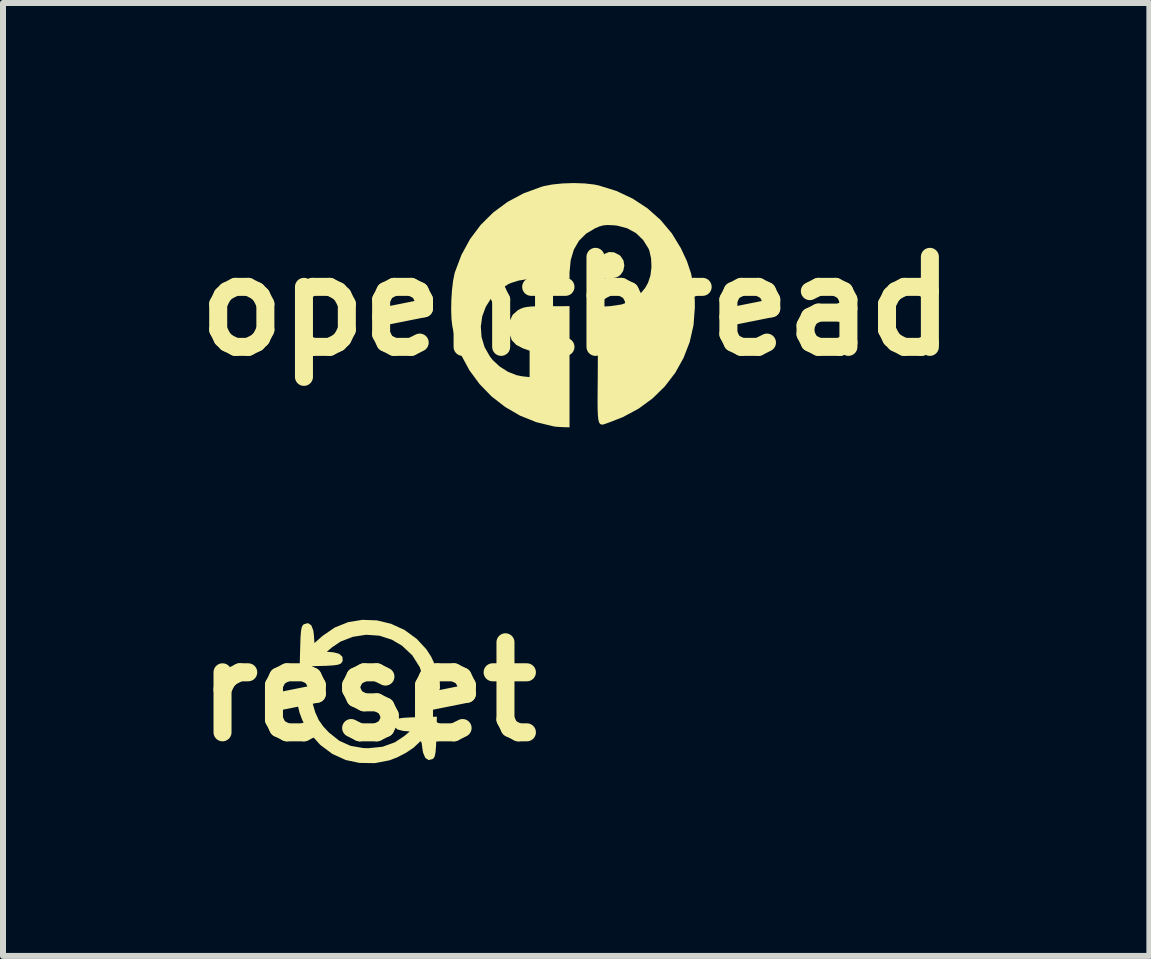
<source format=kicad_pcb>
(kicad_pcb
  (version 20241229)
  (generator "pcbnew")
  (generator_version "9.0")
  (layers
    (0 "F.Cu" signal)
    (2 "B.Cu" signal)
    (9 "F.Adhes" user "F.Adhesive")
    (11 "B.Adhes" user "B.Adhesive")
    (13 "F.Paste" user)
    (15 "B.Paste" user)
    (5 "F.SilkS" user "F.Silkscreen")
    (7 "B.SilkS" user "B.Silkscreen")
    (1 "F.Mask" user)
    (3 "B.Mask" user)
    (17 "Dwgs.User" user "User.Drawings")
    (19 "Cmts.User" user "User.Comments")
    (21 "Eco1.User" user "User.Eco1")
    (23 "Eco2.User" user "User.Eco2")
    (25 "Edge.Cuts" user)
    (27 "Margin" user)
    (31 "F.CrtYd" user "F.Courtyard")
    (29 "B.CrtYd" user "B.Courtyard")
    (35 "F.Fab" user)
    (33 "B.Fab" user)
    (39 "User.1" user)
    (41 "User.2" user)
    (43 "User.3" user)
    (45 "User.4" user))
  (footprint "openthread"
    (layer "F.Cu")
    (at 6.55 2.051)
    (property "Reference" "openthread" (at 0 0 0) (layer "F.SilkS") (effects (font (size 1.5 1.5) (thickness 0.3))))
    (attr board_only exclude_from_pos_files exclude_from_bom)
    (fp_poly (pts (xy 0.63 -0.897) (xy 0.717 -0.853) (xy 0.741 -0.832) (xy 0.788 -0.761) (xy 0.802 -0.675) (xy 0.784 -0.589) (xy 0.742 -0.526) (xy 0.704 -0.495) (xy 0.659 -0.476) (xy 0.593 -0.466) (xy 0.529 -0.462) (xy 0.451 -0.46) (xy 0.392 -0.46) (xy 0.364 -0.464) (xy 0.364 -0.464) (xy 0.359 -0.489) (xy 0.356 -0.545) (xy 0.355 -0.597) (xy 0.37 -0.715) (xy 0.411 -0.808) (xy 0.472 -0.871) (xy 0.547 -0.902)) (stroke (width 0) (type solid)) (fill yes) (layer "F.SilkS"))
    (fp_poly (pts (xy 0.139 -2.045) (xy 0.299 -2.027) (xy 0.372 -2.012) (xy 0.669 -1.92) (xy 0.941 -1.792) (xy 1.188 -1.63) (xy 1.406 -1.436) (xy 1.594 -1.212) (xy 1.745 -0.964) (xy 1.845 -0.75) (xy 1.914 -0.544) (xy 1.957 -0.332) (xy 1.976 -0.1) (xy 1.977 0.022) (xy 1.955 0.316) (xy 1.891 0.598) (xy 1.788 0.864) (xy 1.65 1.111) (xy 1.477 1.337) (xy 1.273 1.537) (xy 1.039 1.708) (xy 0.779 1.848) (xy 0.59 1.922) (xy 0.534 1.943) (xy 0.487 1.96) (xy 0.45 1.972) (xy 0.42 1.973) (xy 0.397 1.961) (xy 0.38 1.933) (xy 0.368 1.884) (xy 0.361 1.811) (xy 0.357 1.712) (xy 0.356 1.581) (xy 0.357 1.416) (xy 0.359 1.214) (xy 0.36 0.993) (xy 0.366 0.011) (xy 0.566 -0.000422) (xy 0.755 -0.028) (xy 0.915 -0.087) (xy 1.046 -0.179) (xy 1.15 -0.305) (xy 1.197 -0.389) (xy 1.237 -0.51) (xy 1.254 -0.651) (xy 1.248 -0.794) (xy 1.22 -0.922) (xy 1.206 -0.957) (xy 1.115 -1.103) (xy 0.995 -1.218) (xy 0.849 -1.298) (xy 0.681 -1.342) (xy 0.618 -1.348) (xy 0.523 -1.352) (xy 0.453 -1.346) (xy 0.389 -1.329) (xy 0.318 -1.299) (xy 0.165 -1.208) (xy 0.046 -1.089) (xy -0.039 -0.942) (xy -0.091 -0.767) (xy -0.111 -0.562) (xy -0.111 -0.543) (xy -0.111 -0.455) (xy -0.413 -0.462) (xy -0.632 -0.461) (xy -0.812 -0.45) (xy -0.96 -0.426) (xy -1.082 -0.388) (xy -1.132 -0.366) (xy -1.289 -0.264) (xy -1.414 -0.136) (xy -1.507 0.012) (xy -1.566 0.173) (xy -1.589 0.342) (xy -1.577 0.514) (xy -1.527 0.681) (xy -1.438 0.838) (xy -1.389 0.9) (xy -1.274 1.006) (xy -1.139 1.092) (xy -0.997 1.149) (xy -0.898 1.169) (xy -0.776 1.182) (xy -0.776 0.962) (xy -0.776 0.742) (xy -0.887 0.703) (xy -0.998 0.646) (xy -1.073 0.567) (xy -1.112 0.461) (xy -1.12 0.368) (xy -1.105 0.241) (xy -1.057 0.143) (xy -0.974 0.069) (xy -0.923 0.042) (xy -0.881 0.026) (xy -0.832 0.015) (xy -0.768 0.007) (xy -0.68 0.003) (xy -0.562 0.001) (xy -0.471 0.000487) (xy -0.111 0) (xy -0.111 1.009) (xy -0.111 2.019) (xy -0.216 2.016) (xy -0.293 2.012) (xy -0.36 2.006) (xy -0.377 2.003) (xy -0.664 1.933) (xy -0.934 1.825) (xy -1.183 1.68) (xy -1.41 1.504) (xy -1.61 1.298) (xy -1.78 1.067) (xy -1.917 0.813) (xy -2.017 0.54) (xy -2.063 0.34) (xy -2.078 0.213) (xy -2.083 0.06) (xy -2.08 -0.106) (xy -2.069 -0.272) (xy -2.051 -0.423) (xy -2.026 -0.547) (xy -2.021 -0.565) (xy -1.912 -0.854) (xy -1.768 -1.118) (xy -1.59 -1.355) (xy -1.381 -1.562) (xy -1.142 -1.738) (xy -0.876 -1.88) (xy -0.584 -1.987) (xy -0.536 -2.001) (xy -0.393 -2.028) (xy -0.223 -2.045) (xy -0.041 -2.051)) (stroke (width 0) (type solid)) (fill yes) (layer "F.SilkS")))
  (footprint "reset"
    (layer "F.Cu")
    (at 3.086 8.473)
    (property "Reference" "reset" (at 0 0 0) (layer "F.SilkS") (effects (font (size 1.5 1.5) (thickness 0.3))))
    (attr board_only exclude_from_pos_files exclude_from_bom)
    (fp_poly (pts (xy 0.142 -1.187) (xy 0.379 -1.13) (xy 0.604 -1.027) (xy 0.808 -0.878) (xy 0.968 -0.705) (xy 1.048 -0.581) (xy 1.113 -0.441) (xy 1.162 -0.298) (xy 1.191 -0.166) (xy 1.195 -0.057) (xy 1.171 0.017) (xy 1.165 0.024) (xy 1.098 0.057) (xy 1.027 0.046) (xy 0.998 0.023) (xy 0.975 -0.027) (xy 0.949 -0.112) (xy 0.934 -0.174) (xy 0.857 -0.408) (xy 0.732 -0.606) (xy 0.561 -0.766) (xy 0.39 -0.866) (xy 0.184 -0.932) (xy -0.036 -0.947) (xy -0.256 -0.913) (xy -0.461 -0.834) (xy -0.603 -0.738) (xy -0.691 -0.664) (xy -0.581 -0.655) (xy -0.485 -0.63) (xy -0.431 -0.58) (xy -0.426 -0.516) (xy -0.439 -0.488) (xy -0.463 -0.464) (xy -0.506 -0.448) (xy -0.58 -0.437) (xy -0.696 -0.43) (xy -0.807 -0.427) (xy -1.143 -0.418) (xy -1.134 -0.754) (xy -1.129 -0.905) (xy -1.121 -1.007) (xy -1.109 -1.071) (xy -1.091 -1.107) (xy -1.073 -1.123) (xy -1.004 -1.141) (xy -0.95 -1.105) (xy -0.916 -1.019) (xy -0.907 -0.949) (xy -0.897 -0.809) (xy -0.761 -0.929) (xy -0.559 -1.068) (xy -0.336 -1.157) (xy -0.099 -1.196)) (stroke (width 0) (type solid)) (fill yes) (layer "F.SilkS"))
    (fp_poly (pts (xy -1.012 -0.02) (xy -0.963 0.075) (xy -0.931 0.182) (xy -0.883 0.347) (xy -0.826 0.473) (xy -0.749 0.582) (xy -0.655 0.682) (xy -0.483 0.819) (xy -0.297 0.903) (xy -0.086 0.94) (xy 0 0.943) (xy 0.237 0.919) (xy 0.443 0.845) (xy 0.603 0.738) (xy 0.691 0.664) (xy 0.581 0.655) (xy 0.485 0.63) (xy 0.431 0.58) (xy 0.426 0.516) (xy 0.439 0.488) (xy 0.463 0.464) (xy 0.506 0.448) (xy 0.58 0.437) (xy 0.696 0.43) (xy 0.807 0.427) (xy 1.143 0.418) (xy 1.134 0.754) (xy 1.129 0.905) (xy 1.121 1.007) (xy 1.109 1.071) (xy 1.091 1.107) (xy 1.073 1.123) (xy 1.004 1.141) (xy 0.949 1.103) (xy 0.912 1.015) (xy 0.901 0.945) (xy 0.89 0.861) (xy 0.878 0.828) (xy 0.857 0.836) (xy 0.842 0.853) (xy 0.753 0.936) (xy 0.626 1.021) (xy 0.481 1.096) (xy 0.353 1.145) (xy 0.109 1.192) (xy -0.147 1.188) (xy -0.375 1.14) (xy -0.599 1.038) (xy -0.801 0.887) (xy -0.97 0.698) (xy -1.097 0.48) (xy -1.144 0.355) (xy -1.185 0.188) (xy -1.192 0.067) (xy -1.164 -0.013) (xy -1.133 -0.042) (xy -1.068 -0.059)) (stroke (width 0) (type solid)) (fill yes) (layer "F.SilkS")))
  (gr_rect
    (start -3 -3)
    (end 16.1 12.877)
    (stroke (width 0.1) (type default))
    (fill no)
    (layer "Edge.Cuts")))
</source>
